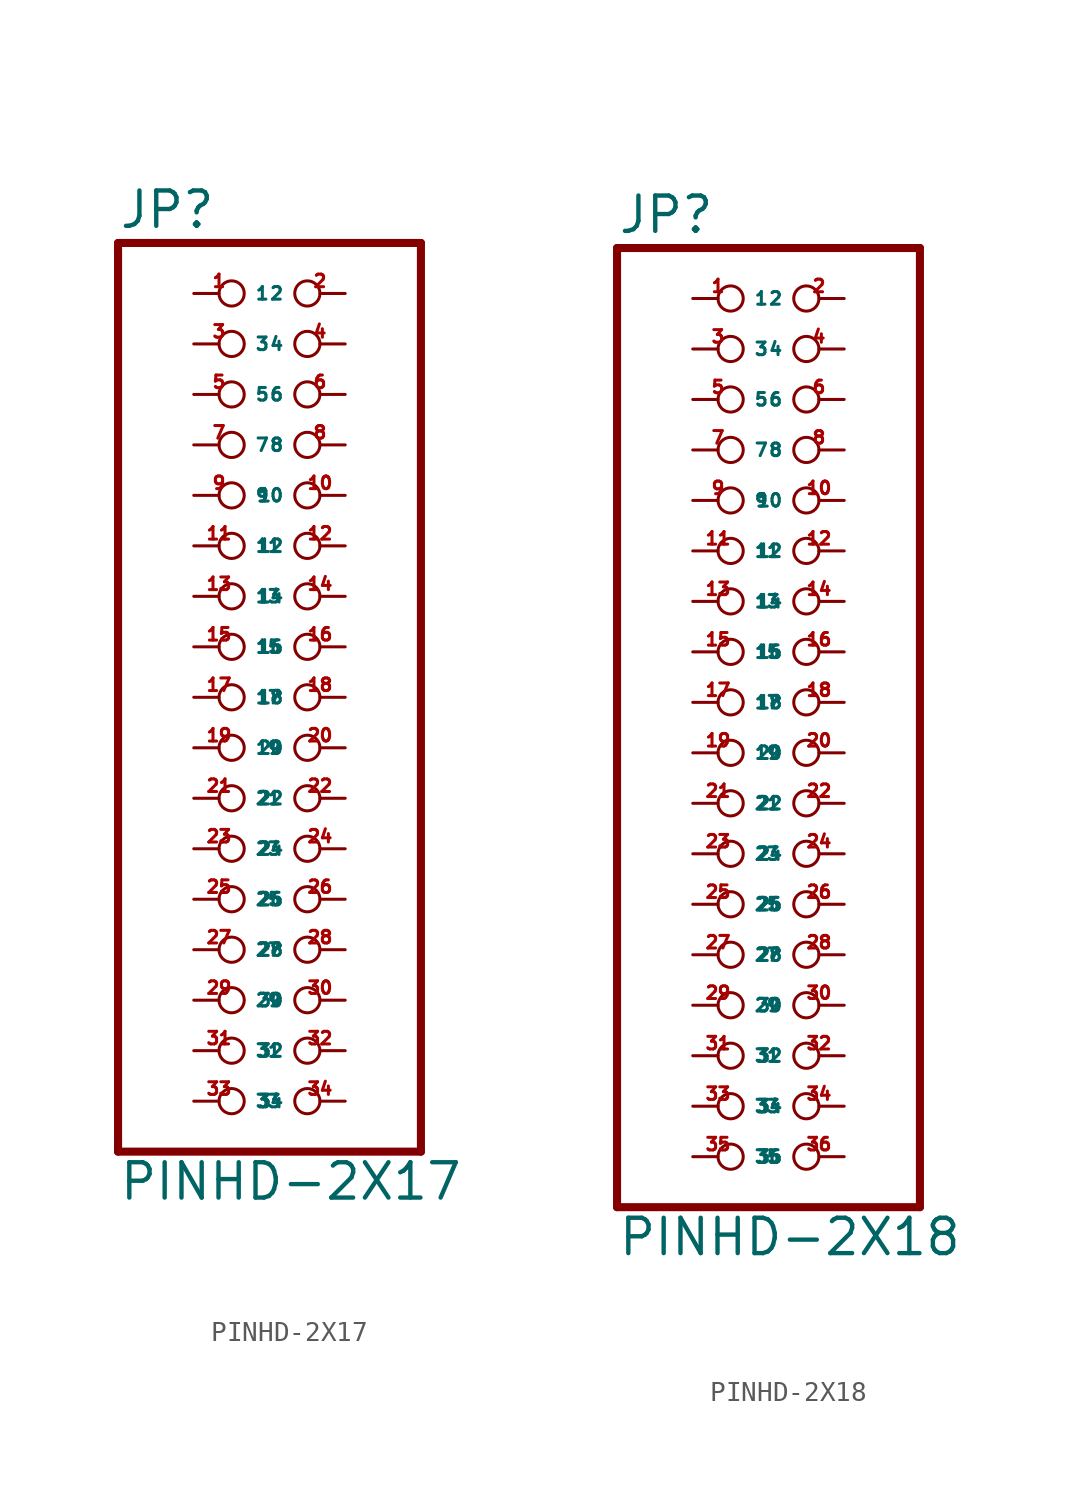
<source format=kicad_sym>
(kicad_symbol_lib
  (version 20220914)
  (generator Eagle2Kicad)
  (symbol "PINHD-2X17"
    (property "Reference" "JP"
      (at -6.35 23.495 0)
      (effects (font (size 1.778 1.778) (thickness 0.22)) (justify left bottom)))
    (property "Value" "PINHD-2X17"
      (at -6.35 -25.4 0)
      (effects (font (size 1.778 1.778) (thickness 0.22)) (justify left bottom)))
    (polyline
      (pts (xy -6.35 -22.86) (xy 8.89 -22.86))
      (stroke (width 0.406) (type default))
      (fill (type none)))
    (polyline
      (pts (xy 8.89 -22.86) (xy 8.89 22.86))
      (stroke (width 0.406) (type default))
      (fill (type none)))
    (polyline
      (pts (xy 8.89 22.86) (xy -6.35 22.86))
      (stroke (width 0.406) (type default))
      (fill (type none)))
    (polyline
      (pts (xy -6.35 22.86) (xy -6.35 -22.86))
      (stroke (width 0.406) (type default))
      (fill (type none)))
    (pin passive inverted
      (at -2.54 20.32 0)
      (length 2.54)
      (name "1" (effects (font (size 0.635 0.635) (thickness 0.08)) (justify left bottom)))
      (number "1" (effects (font (size 0.635 0.635) (thickness 0.08)) (justify left bottom))))
    (pin passive inverted
      (at 5.08 20.32 180)
      (length 2.54)
      (name "2" (effects (font (size 0.635 0.635) (thickness 0.08)) (justify left bottom)))
      (number "2" (effects (font (size 0.635 0.635) (thickness 0.08)) (justify left bottom))))
    (pin passive inverted
      (at -2.54 17.78 0)
      (length 2.54)
      (name "3" (effects (font (size 0.635 0.635) (thickness 0.08)) (justify left bottom)))
      (number "3" (effects (font (size 0.635 0.635) (thickness 0.08)) (justify left bottom))))
    (pin passive inverted
      (at 5.08 17.78 180)
      (length 2.54)
      (name "4" (effects (font (size 0.635 0.635) (thickness 0.08)) (justify left bottom)))
      (number "4" (effects (font (size 0.635 0.635) (thickness 0.08)) (justify left bottom))))
    (pin passive inverted
      (at -2.54 15.24 0)
      (length 2.54)
      (name "5" (effects (font (size 0.635 0.635) (thickness 0.08)) (justify left bottom)))
      (number "5" (effects (font (size 0.635 0.635) (thickness 0.08)) (justify left bottom))))
    (pin passive inverted
      (at 5.08 15.24 180)
      (length 2.54)
      (name "6" (effects (font (size 0.635 0.635) (thickness 0.08)) (justify left bottom)))
      (number "6" (effects (font (size 0.635 0.635) (thickness 0.08)) (justify left bottom))))
    (pin passive inverted
      (at -2.54 12.7 0)
      (length 2.54)
      (name "7" (effects (font (size 0.635 0.635) (thickness 0.08)) (justify left bottom)))
      (number "7" (effects (font (size 0.635 0.635) (thickness 0.08)) (justify left bottom))))
    (pin passive inverted
      (at 5.08 12.7 180)
      (length 2.54)
      (name "8" (effects (font (size 0.635 0.635) (thickness 0.08)) (justify left bottom)))
      (number "8" (effects (font (size 0.635 0.635) (thickness 0.08)) (justify left bottom))))
    (pin passive inverted
      (at -2.54 10.16 0)
      (length 2.54)
      (name "9" (effects (font (size 0.635 0.635) (thickness 0.08)) (justify left bottom)))
      (number "9" (effects (font (size 0.635 0.635) (thickness 0.08)) (justify left bottom))))
    (pin passive inverted
      (at 5.08 10.16 180)
      (length 2.54)
      (name "10" (effects (font (size 0.635 0.635) (thickness 0.08)) (justify left bottom)))
      (number "10" (effects (font (size 0.635 0.635) (thickness 0.08)) (justify left bottom))))
    (pin passive inverted
      (at -2.54 7.62 0)
      (length 2.54)
      (name "11" (effects (font (size 0.635 0.635) (thickness 0.08)) (justify left bottom)))
      (number "11" (effects (font (size 0.635 0.635) (thickness 0.08)) (justify left bottom))))
    (pin passive inverted
      (at 5.08 7.62 180)
      (length 2.54)
      (name "12" (effects (font (size 0.635 0.635) (thickness 0.08)) (justify left bottom)))
      (number "12" (effects (font (size 0.635 0.635) (thickness 0.08)) (justify left bottom))))
    (pin passive inverted
      (at -2.54 5.08 0)
      (length 2.54)
      (name "13" (effects (font (size 0.635 0.635) (thickness 0.08)) (justify left bottom)))
      (number "13" (effects (font (size 0.635 0.635) (thickness 0.08)) (justify left bottom))))
    (pin passive inverted
      (at 5.08 5.08 180)
      (length 2.54)
      (name "14" (effects (font (size 0.635 0.635) (thickness 0.08)) (justify left bottom)))
      (number "14" (effects (font (size 0.635 0.635) (thickness 0.08)) (justify left bottom))))
    (pin passive inverted
      (at -2.54 2.54 0)
      (length 2.54)
      (name "15" (effects (font (size 0.635 0.635) (thickness 0.08)) (justify left bottom)))
      (number "15" (effects (font (size 0.635 0.635) (thickness 0.08)) (justify left bottom))))
    (pin passive inverted
      (at 5.08 2.54 180)
      (length 2.54)
      (name "16" (effects (font (size 0.635 0.635) (thickness 0.08)) (justify left bottom)))
      (number "16" (effects (font (size 0.635 0.635) (thickness 0.08)) (justify left bottom))))
    (pin passive inverted
      (at -2.54 0 0)
      (length 2.54)
      (name "17" (effects (font (size 0.635 0.635) (thickness 0.08)) (justify left bottom)))
      (number "17" (effects (font (size 0.635 0.635) (thickness 0.08)) (justify left bottom))))
    (pin passive inverted
      (at 5.08 0 180)
      (length 2.54)
      (name "18" (effects (font (size 0.635 0.635) (thickness 0.08)) (justify left bottom)))
      (number "18" (effects (font (size 0.635 0.635) (thickness 0.08)) (justify left bottom))))
    (pin passive inverted
      (at -2.54 -2.54 0)
      (length 2.54)
      (name "19" (effects (font (size 0.635 0.635) (thickness 0.08)) (justify left bottom)))
      (number "19" (effects (font (size 0.635 0.635) (thickness 0.08)) (justify left bottom))))
    (pin passive inverted
      (at 5.08 -2.54 180)
      (length 2.54)
      (name "20" (effects (font (size 0.635 0.635) (thickness 0.08)) (justify left bottom)))
      (number "20" (effects (font (size 0.635 0.635) (thickness 0.08)) (justify left bottom))))
    (pin passive inverted
      (at -2.54 -5.08 0)
      (length 2.54)
      (name "21" (effects (font (size 0.635 0.635) (thickness 0.08)) (justify left bottom)))
      (number "21" (effects (font (size 0.635 0.635) (thickness 0.08)) (justify left bottom))))
    (pin passive inverted
      (at 5.08 -5.08 180)
      (length 2.54)
      (name "22" (effects (font (size 0.635 0.635) (thickness 0.08)) (justify left bottom)))
      (number "22" (effects (font (size 0.635 0.635) (thickness 0.08)) (justify left bottom))))
    (pin passive inverted
      (at -2.54 -7.62 0)
      (length 2.54)
      (name "23" (effects (font (size 0.635 0.635) (thickness 0.08)) (justify left bottom)))
      (number "23" (effects (font (size 0.635 0.635) (thickness 0.08)) (justify left bottom))))
    (pin passive inverted
      (at 5.08 -7.62 180)
      (length 2.54)
      (name "24" (effects (font (size 0.635 0.635) (thickness 0.08)) (justify left bottom)))
      (number "24" (effects (font (size 0.635 0.635) (thickness 0.08)) (justify left bottom))))
    (pin passive inverted
      (at -2.54 -10.16 0)
      (length 2.54)
      (name "25" (effects (font (size 0.635 0.635) (thickness 0.08)) (justify left bottom)))
      (number "25" (effects (font (size 0.635 0.635) (thickness 0.08)) (justify left bottom))))
    (pin passive inverted
      (at 5.08 -10.16 180)
      (length 2.54)
      (name "26" (effects (font (size 0.635 0.635) (thickness 0.08)) (justify left bottom)))
      (number "26" (effects (font (size 0.635 0.635) (thickness 0.08)) (justify left bottom))))
    (pin passive inverted
      (at -2.54 -12.7 0)
      (length 2.54)
      (name "27" (effects (font (size 0.635 0.635) (thickness 0.08)) (justify left bottom)))
      (number "27" (effects (font (size 0.635 0.635) (thickness 0.08)) (justify left bottom))))
    (pin passive inverted
      (at 5.08 -12.7 180)
      (length 2.54)
      (name "28" (effects (font (size 0.635 0.635) (thickness 0.08)) (justify left bottom)))
      (number "28" (effects (font (size 0.635 0.635) (thickness 0.08)) (justify left bottom))))
    (pin passive inverted
      (at -2.54 -15.24 0)
      (length 2.54)
      (name "29" (effects (font (size 0.635 0.635) (thickness 0.08)) (justify left bottom)))
      (number "29" (effects (font (size 0.635 0.635) (thickness 0.08)) (justify left bottom))))
    (pin passive inverted
      (at 5.08 -15.24 180)
      (length 2.54)
      (name "30" (effects (font (size 0.635 0.635) (thickness 0.08)) (justify left bottom)))
      (number "30" (effects (font (size 0.635 0.635) (thickness 0.08)) (justify left bottom))))
    (pin passive inverted
      (at -2.54 -17.78 0)
      (length 2.54)
      (name "31" (effects (font (size 0.635 0.635) (thickness 0.08)) (justify left bottom)))
      (number "31" (effects (font (size 0.635 0.635) (thickness 0.08)) (justify left bottom))))
    (pin passive inverted
      (at 5.08 -17.78 180)
      (length 2.54)
      (name "32" (effects (font (size 0.635 0.635) (thickness 0.08)) (justify left bottom)))
      (number "32" (effects (font (size 0.635 0.635) (thickness 0.08)) (justify left bottom))))
    (pin passive inverted
      (at -2.54 -20.32 0)
      (length 2.54)
      (name "33" (effects (font (size 0.635 0.635) (thickness 0.08)) (justify left bottom)))
      (number "33" (effects (font (size 0.635 0.635) (thickness 0.08)) (justify left bottom))))
    (pin passive inverted
      (at 5.08 -20.32 180)
      (length 2.54)
      (name "34" (effects (font (size 0.635 0.635) (thickness 0.08)) (justify left bottom)))
      (number "34" (effects (font (size 0.635 0.635) (thickness 0.08)) (justify left bottom)))))
  (symbol "PINHD-2X18"
    (property "Reference" "JP"
      (at -6.35 23.495 0)
      (effects (font (size 1.778 1.778) (thickness 0.22)) (justify left bottom)))
    (property "Value" "PINHD-2X18"
      (at -6.35 -27.94 0)
      (effects (font (size 1.778 1.778) (thickness 0.22)) (justify left bottom)))
    (polyline
      (pts (xy -6.35 -25.4) (xy 8.89 -25.4))
      (stroke (width 0.406) (type default))
      (fill (type none)))
    (polyline
      (pts (xy 8.89 -25.4) (xy 8.89 22.86))
      (stroke (width 0.406) (type default))
      (fill (type none)))
    (polyline
      (pts (xy 8.89 22.86) (xy -6.35 22.86))
      (stroke (width 0.406) (type default))
      (fill (type none)))
    (polyline
      (pts (xy -6.35 22.86) (xy -6.35 -25.4))
      (stroke (width 0.406) (type default))
      (fill (type none)))
    (pin passive inverted
      (at -2.54 20.32 0)
      (length 2.54)
      (name "1" (effects (font (size 0.635 0.635) (thickness 0.08)) (justify left bottom)))
      (number "1" (effects (font (size 0.635 0.635) (thickness 0.08)) (justify left bottom))))
    (pin passive inverted
      (at 5.08 20.32 180)
      (length 2.54)
      (name "2" (effects (font (size 0.635 0.635) (thickness 0.08)) (justify left bottom)))
      (number "2" (effects (font (size 0.635 0.635) (thickness 0.08)) (justify left bottom))))
    (pin passive inverted
      (at -2.54 17.78 0)
      (length 2.54)
      (name "3" (effects (font (size 0.635 0.635) (thickness 0.08)) (justify left bottom)))
      (number "3" (effects (font (size 0.635 0.635) (thickness 0.08)) (justify left bottom))))
    (pin passive inverted
      (at 5.08 17.78 180)
      (length 2.54)
      (name "4" (effects (font (size 0.635 0.635) (thickness 0.08)) (justify left bottom)))
      (number "4" (effects (font (size 0.635 0.635) (thickness 0.08)) (justify left bottom))))
    (pin passive inverted
      (at -2.54 15.24 0)
      (length 2.54)
      (name "5" (effects (font (size 0.635 0.635) (thickness 0.08)) (justify left bottom)))
      (number "5" (effects (font (size 0.635 0.635) (thickness 0.08)) (justify left bottom))))
    (pin passive inverted
      (at 5.08 15.24 180)
      (length 2.54)
      (name "6" (effects (font (size 0.635 0.635) (thickness 0.08)) (justify left bottom)))
      (number "6" (effects (font (size 0.635 0.635) (thickness 0.08)) (justify left bottom))))
    (pin passive inverted
      (at -2.54 12.7 0)
      (length 2.54)
      (name "7" (effects (font (size 0.635 0.635) (thickness 0.08)) (justify left bottom)))
      (number "7" (effects (font (size 0.635 0.635) (thickness 0.08)) (justify left bottom))))
    (pin passive inverted
      (at 5.08 12.7 180)
      (length 2.54)
      (name "8" (effects (font (size 0.635 0.635) (thickness 0.08)) (justify left bottom)))
      (number "8" (effects (font (size 0.635 0.635) (thickness 0.08)) (justify left bottom))))
    (pin passive inverted
      (at -2.54 10.16 0)
      (length 2.54)
      (name "9" (effects (font (size 0.635 0.635) (thickness 0.08)) (justify left bottom)))
      (number "9" (effects (font (size 0.635 0.635) (thickness 0.08)) (justify left bottom))))
    (pin passive inverted
      (at 5.08 10.16 180)
      (length 2.54)
      (name "10" (effects (font (size 0.635 0.635) (thickness 0.08)) (justify left bottom)))
      (number "10" (effects (font (size 0.635 0.635) (thickness 0.08)) (justify left bottom))))
    (pin passive inverted
      (at -2.54 7.62 0)
      (length 2.54)
      (name "11" (effects (font (size 0.635 0.635) (thickness 0.08)) (justify left bottom)))
      (number "11" (effects (font (size 0.635 0.635) (thickness 0.08)) (justify left bottom))))
    (pin passive inverted
      (at 5.08 7.62 180)
      (length 2.54)
      (name "12" (effects (font (size 0.635 0.635) (thickness 0.08)) (justify left bottom)))
      (number "12" (effects (font (size 0.635 0.635) (thickness 0.08)) (justify left bottom))))
    (pin passive inverted
      (at -2.54 5.08 0)
      (length 2.54)
      (name "13" (effects (font (size 0.635 0.635) (thickness 0.08)) (justify left bottom)))
      (number "13" (effects (font (size 0.635 0.635) (thickness 0.08)) (justify left bottom))))
    (pin passive inverted
      (at 5.08 5.08 180)
      (length 2.54)
      (name "14" (effects (font (size 0.635 0.635) (thickness 0.08)) (justify left bottom)))
      (number "14" (effects (font (size 0.635 0.635) (thickness 0.08)) (justify left bottom))))
    (pin passive inverted
      (at -2.54 2.54 0)
      (length 2.54)
      (name "15" (effects (font (size 0.635 0.635) (thickness 0.08)) (justify left bottom)))
      (number "15" (effects (font (size 0.635 0.635) (thickness 0.08)) (justify left bottom))))
    (pin passive inverted
      (at 5.08 2.54 180)
      (length 2.54)
      (name "16" (effects (font (size 0.635 0.635) (thickness 0.08)) (justify left bottom)))
      (number "16" (effects (font (size 0.635 0.635) (thickness 0.08)) (justify left bottom))))
    (pin passive inverted
      (at -2.54 0 0)
      (length 2.54)
      (name "17" (effects (font (size 0.635 0.635) (thickness 0.08)) (justify left bottom)))
      (number "17" (effects (font (size 0.635 0.635) (thickness 0.08)) (justify left bottom))))
    (pin passive inverted
      (at 5.08 0 180)
      (length 2.54)
      (name "18" (effects (font (size 0.635 0.635) (thickness 0.08)) (justify left bottom)))
      (number "18" (effects (font (size 0.635 0.635) (thickness 0.08)) (justify left bottom))))
    (pin passive inverted
      (at -2.54 -2.54 0)
      (length 2.54)
      (name "19" (effects (font (size 0.635 0.635) (thickness 0.08)) (justify left bottom)))
      (number "19" (effects (font (size 0.635 0.635) (thickness 0.08)) (justify left bottom))))
    (pin passive inverted
      (at 5.08 -2.54 180)
      (length 2.54)
      (name "20" (effects (font (size 0.635 0.635) (thickness 0.08)) (justify left bottom)))
      (number "20" (effects (font (size 0.635 0.635) (thickness 0.08)) (justify left bottom))))
    (pin passive inverted
      (at -2.54 -5.08 0)
      (length 2.54)
      (name "21" (effects (font (size 0.635 0.635) (thickness 0.08)) (justify left bottom)))
      (number "21" (effects (font (size 0.635 0.635) (thickness 0.08)) (justify left bottom))))
    (pin passive inverted
      (at 5.08 -5.08 180)
      (length 2.54)
      (name "22" (effects (font (size 0.635 0.635) (thickness 0.08)) (justify left bottom)))
      (number "22" (effects (font (size 0.635 0.635) (thickness 0.08)) (justify left bottom))))
    (pin passive inverted
      (at -2.54 -7.62 0)
      (length 2.54)
      (name "23" (effects (font (size 0.635 0.635) (thickness 0.08)) (justify left bottom)))
      (number "23" (effects (font (size 0.635 0.635) (thickness 0.08)) (justify left bottom))))
    (pin passive inverted
      (at 5.08 -7.62 180)
      (length 2.54)
      (name "24" (effects (font (size 0.635 0.635) (thickness 0.08)) (justify left bottom)))
      (number "24" (effects (font (size 0.635 0.635) (thickness 0.08)) (justify left bottom))))
    (pin passive inverted
      (at -2.54 -10.16 0)
      (length 2.54)
      (name "25" (effects (font (size 0.635 0.635) (thickness 0.08)) (justify left bottom)))
      (number "25" (effects (font (size 0.635 0.635) (thickness 0.08)) (justify left bottom))))
    (pin passive inverted
      (at 5.08 -10.16 180)
      (length 2.54)
      (name "26" (effects (font (size 0.635 0.635) (thickness 0.08)) (justify left bottom)))
      (number "26" (effects (font (size 0.635 0.635) (thickness 0.08)) (justify left bottom))))
    (pin passive inverted
      (at -2.54 -12.7 0)
      (length 2.54)
      (name "27" (effects (font (size 0.635 0.635) (thickness 0.08)) (justify left bottom)))
      (number "27" (effects (font (size 0.635 0.635) (thickness 0.08)) (justify left bottom))))
    (pin passive inverted
      (at 5.08 -12.7 180)
      (length 2.54)
      (name "28" (effects (font (size 0.635 0.635) (thickness 0.08)) (justify left bottom)))
      (number "28" (effects (font (size 0.635 0.635) (thickness 0.08)) (justify left bottom))))
    (pin passive inverted
      (at -2.54 -15.24 0)
      (length 2.54)
      (name "29" (effects (font (size 0.635 0.635) (thickness 0.08)) (justify left bottom)))
      (number "29" (effects (font (size 0.635 0.635) (thickness 0.08)) (justify left bottom))))
    (pin passive inverted
      (at 5.08 -15.24 180)
      (length 2.54)
      (name "30" (effects (font (size 0.635 0.635) (thickness 0.08)) (justify left bottom)))
      (number "30" (effects (font (size 0.635 0.635) (thickness 0.08)) (justify left bottom))))
    (pin passive inverted
      (at -2.54 -17.78 0)
      (length 2.54)
      (name "31" (effects (font (size 0.635 0.635) (thickness 0.08)) (justify left bottom)))
      (number "31" (effects (font (size 0.635 0.635) (thickness 0.08)) (justify left bottom))))
    (pin passive inverted
      (at 5.08 -17.78 180)
      (length 2.54)
      (name "32" (effects (font (size 0.635 0.635) (thickness 0.08)) (justify left bottom)))
      (number "32" (effects (font (size 0.635 0.635) (thickness 0.08)) (justify left bottom))))
    (pin passive inverted
      (at -2.54 -20.32 0)
      (length 2.54)
      (name "33" (effects (font (size 0.635 0.635) (thickness 0.08)) (justify left bottom)))
      (number "33" (effects (font (size 0.635 0.635) (thickness 0.08)) (justify left bottom))))
    (pin passive inverted
      (at 5.08 -20.32 180)
      (length 2.54)
      (name "34" (effects (font (size 0.635 0.635) (thickness 0.08)) (justify left bottom)))
      (number "34" (effects (font (size 0.635 0.635) (thickness 0.08)) (justify left bottom))))
    (pin passive inverted
      (at -2.54 -22.86 0)
      (length 2.54)
      (name "35" (effects (font (size 0.635 0.635) (thickness 0.08)) (justify left bottom)))
      (number "35" (effects (font (size 0.635 0.635) (thickness 0.08)) (justify left bottom))))
    (pin passive inverted
      (at 5.08 -22.86 180)
      (length 2.54)
      (name "36" (effects (font (size 0.635 0.635) (thickness 0.08)) (justify left bottom)))
      (number "36" (effects (font (size 0.635 0.635) (thickness 0.08)) (justify left bottom))))))
</source>
